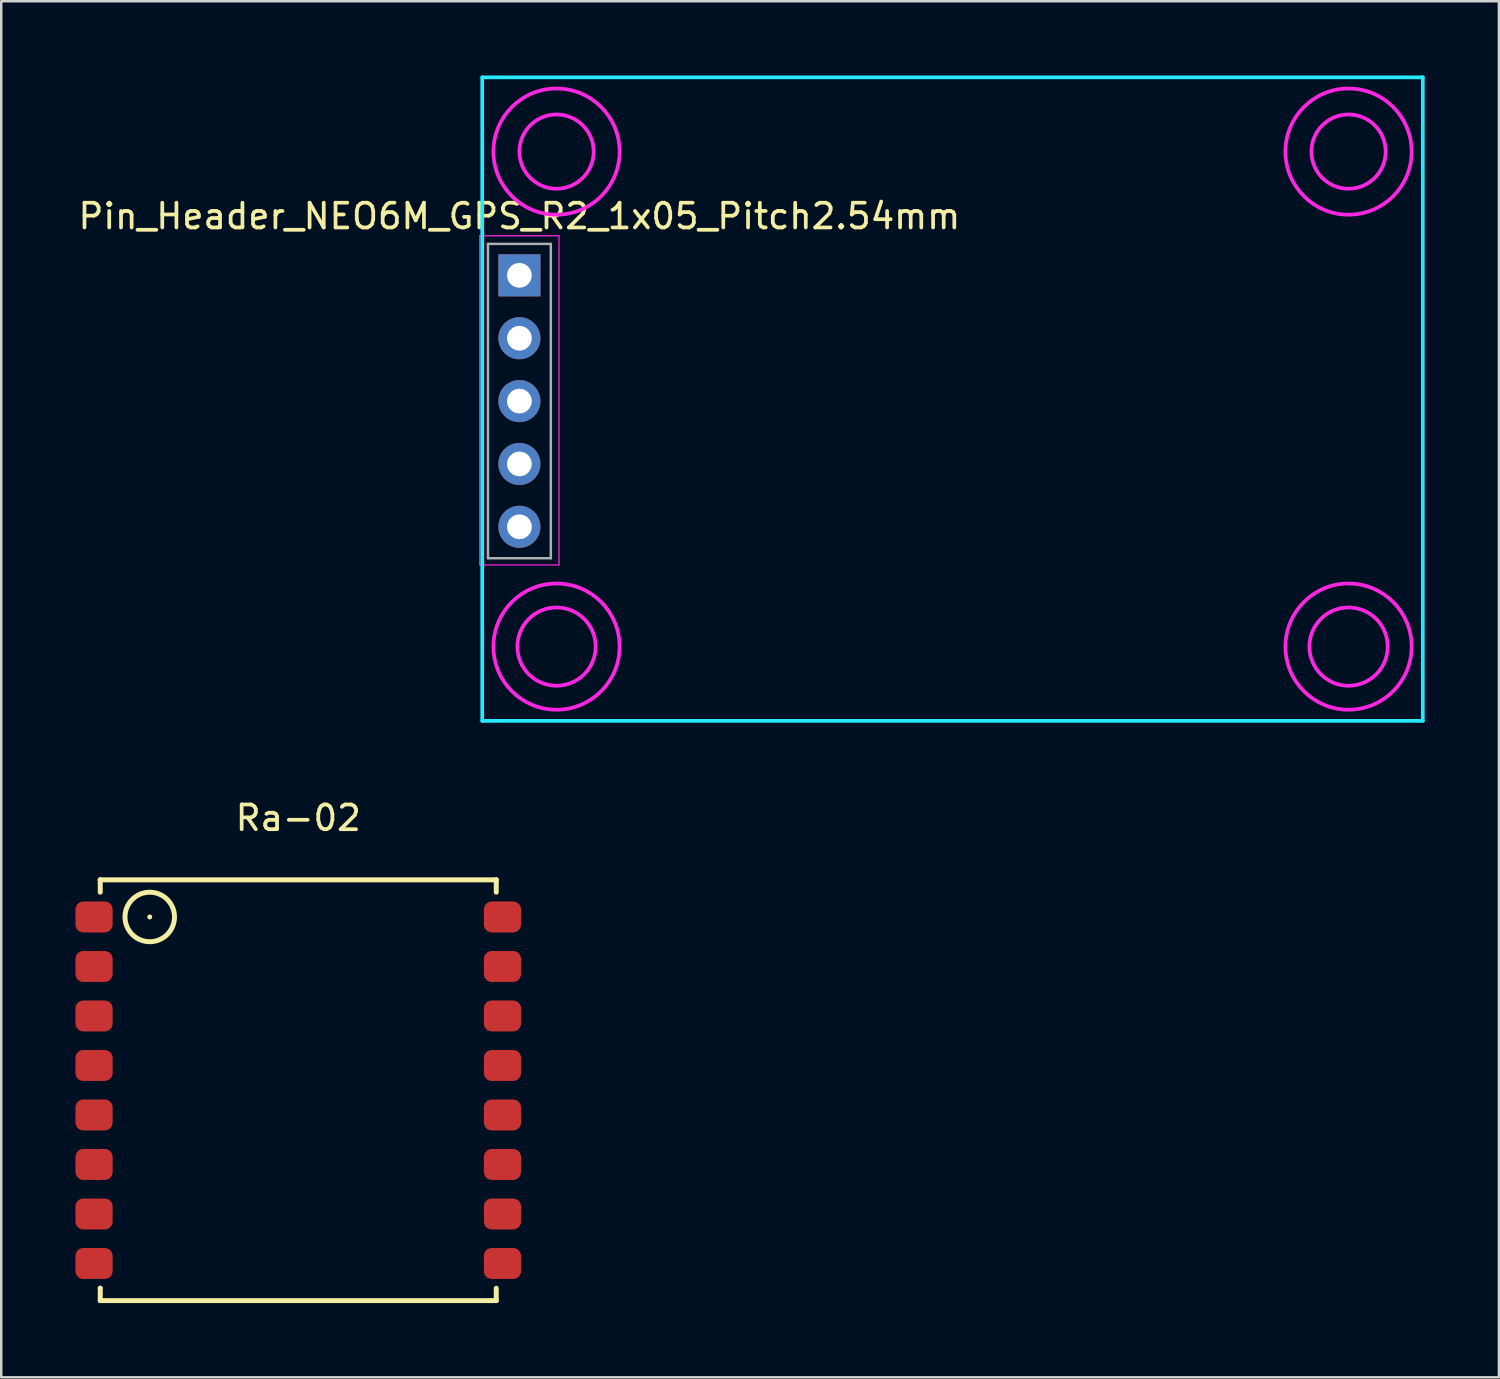
<source format=kicad_pcb>
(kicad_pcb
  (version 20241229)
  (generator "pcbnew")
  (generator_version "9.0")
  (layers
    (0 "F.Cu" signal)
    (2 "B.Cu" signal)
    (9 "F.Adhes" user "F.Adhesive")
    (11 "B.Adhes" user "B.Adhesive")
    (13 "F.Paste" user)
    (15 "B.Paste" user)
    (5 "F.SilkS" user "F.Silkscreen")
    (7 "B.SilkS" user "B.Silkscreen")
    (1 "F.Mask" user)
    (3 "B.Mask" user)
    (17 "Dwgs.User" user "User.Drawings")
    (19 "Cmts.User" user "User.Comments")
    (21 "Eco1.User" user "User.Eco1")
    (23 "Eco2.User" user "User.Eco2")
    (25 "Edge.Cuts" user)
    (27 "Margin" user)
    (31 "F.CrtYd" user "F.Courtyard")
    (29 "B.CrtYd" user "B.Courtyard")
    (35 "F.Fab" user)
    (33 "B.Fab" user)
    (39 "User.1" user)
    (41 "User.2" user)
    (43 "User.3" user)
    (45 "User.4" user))
  (footprint "Ra-02"
    (layer "F.Cu")
    (at 9 40.998)
    (property "Reference" "Ra-02" (at 0 -11 0) (layer "F.SilkS") (effects (font (size 1 1) (thickness 0.15))))
    (attr through_hole)
    (fp_line (start -8 -8.5) (end -8 -8.5) (stroke (width 0.2) (type solid)) (layer "F.SilkS"))
    (fp_line (start -8 -8.5) (end 8 -8.5) (stroke (width 0.2) (type solid)) (layer "F.SilkS"))
    (fp_line (start -8 -8) (end -8 -8.5) (stroke (width 0.2) (type solid)) (layer "F.SilkS"))
    (fp_line (start -8 8) (end -8 8) (stroke (width 0.2) (type solid)) (layer "F.SilkS"))
    (fp_line (start -8 8.5) (end -8 8) (stroke (width 0.2) (type solid)) (layer "F.SilkS"))
    (fp_line (start -6 -7) (end -6 -7) (stroke (width 0.2) (type solid)) (layer "F.SilkS"))
    (fp_line (start 8 -8.5) (end 8 -8.5) (stroke (width 0.2) (type solid)) (layer "F.SilkS"))
    (fp_line (start 8 -8) (end 8 -8.5) (stroke (width 0.2) (type solid)) (layer "F.SilkS"))
    (fp_line (start 8 8) (end 8 8.5) (stroke (width 0.2) (type solid)) (layer "F.SilkS"))
    (fp_line (start 8 8.5) (end -8 8.5) (stroke (width 0.2) (type solid)) (layer "F.SilkS"))
    (fp_line (start 8 8.5) (end 8 8.5) (stroke (width 0.2) (type solid)) (layer "F.SilkS"))
    (fp_circle (center -6 -7) (end -6 -6) (stroke (width 0.2) (type solid)) (fill no) (layer "F.SilkS"))
    (pad "1" smd roundrect (at -8.25 -7) (size 1.5 1.25) (layers "F.Cu" "F.Mask" "F.Paste") (roundrect_rratio 0.25))
    (pad "2" smd roundrect (at -8.25 -5) (size 1.5 1.25) (layers "F.Cu" "F.Mask" "F.Paste") (roundrect_rratio 0.25))
    (pad "3" smd roundrect (at -8.25 -3) (size 1.5 1.25) (layers "F.Cu" "F.Mask" "F.Paste") (roundrect_rratio 0.25))
    (pad "4" smd roundrect (at -8.25 -1) (size 1.5 1.25) (layers "F.Cu" "F.Mask" "F.Paste") (roundrect_rratio 0.25))
    (pad "5" smd roundrect (at -8.25 1) (size 1.5 1.25) (layers "F.Cu" "F.Mask" "F.Paste") (roundrect_rratio 0.25))
    (pad "6" smd roundrect (at -8.25 3) (size 1.5 1.25) (layers "F.Cu" "F.Mask" "F.Paste") (roundrect_rratio 0.25))
    (pad "7" smd roundrect (at -8.25 5) (size 1.5 1.25) (layers "F.Cu" "F.Mask" "F.Paste") (roundrect_rratio 0.25))
    (pad "8" smd roundrect (at -8.25 7) (size 1.5 1.25) (layers "F.Cu" "F.Mask" "F.Paste") (roundrect_rratio 0.25))
    (pad "9" smd roundrect (at 8.25 7) (size 1.5 1.25) (layers "F.Cu" "F.Mask" "F.Paste") (roundrect_rratio 0.25))
    (pad "10" smd roundrect (at 8.25 5) (size 1.5 1.25) (layers "F.Cu" "F.Mask" "F.Paste") (roundrect_rratio 0.25))
    (pad "11" smd roundrect (at 8.25 3) (size 1.5 1.25) (layers "F.Cu" "F.Mask" "F.Paste") (roundrect_rratio 0.25))
    (pad "12" smd roundrect (at 8.25 1) (size 1.5 1.25) (layers "F.Cu" "F.Mask" "F.Paste") (roundrect_rratio 0.25))
    (pad "13" smd roundrect (at 8.25 -1) (size 1.5 1.25) (layers "F.Cu" "F.Mask" "F.Paste") (roundrect_rratio 0.25))
    (pad "14" smd roundrect (at 8.25 -3) (size 1.5 1.25) (layers "F.Cu" "F.Mask" "F.Paste") (roundrect_rratio 0.25))
    (pad "15" smd roundrect (at 8.25 -5) (size 1.5 1.25) (layers "F.Cu" "F.Mask" "F.Paste") (roundrect_rratio 0.25))
    (pad "16" smd roundrect (at 8.25 -7) (size 1.5 1.25) (layers "F.Cu" "F.Mask" "F.Paste") (roundrect_rratio 0.25)))
  (footprint "Pin_Header_NEO6M_GPS_R2_1x05_Pitch2.54mm"
    (layer "F.Cu")
    (at 17.935 8.075)
    (property "Reference" "Pin_Header_NEO6M_GPS_R2_1x05_Pitch2.54mm" (at 0 -2.39 0) (layer "F.SilkS") (effects (font (size 1 1) (thickness 0.15))))
    (attr through_hole)
    (fp_line (start -1.5 -8) (end 36.5 -8) (stroke (width 0.15) (type solid)) (layer "B.CrtYd"))
    (fp_line (start -1.5 18) (end -1.5 -8) (stroke (width 0.15) (type solid)) (layer "B.CrtYd"))
    (fp_line (start -1.5 18) (end 36.5 18) (stroke (width 0.15) (type solid)) (layer "B.CrtYd"))
    (fp_line (start 36.5 18) (end 36.5 -8) (stroke (width 0.15) (type solid)) (layer "B.CrtYd"))
    (fp_line (start -1.6 -1.6) (end -1.6 11.7) (stroke (width 0.05) (type solid)) (layer "F.CrtYd"))
    (fp_line (start -1.6 11.7) (end 1.6 11.7) (stroke (width 0.05) (type solid)) (layer "F.CrtYd"))
    (fp_line (start 1.6 -1.6) (end -1.6 -1.6) (stroke (width 0.05) (type solid)) (layer "F.CrtYd"))
    (fp_line (start 1.6 11.7) (end 1.6 -1.6) (stroke (width 0.05) (type solid)) (layer "F.CrtYd"))
    (fp_circle (center 1.5 -5) (end 3 -5) (stroke (width 0.15) (type solid)) (fill no) (layer "F.CrtYd"))
    (fp_circle (center 1.5 -5) (end 4 -4.5) (stroke (width 0.15) (type solid)) (fill no) (layer "F.CrtYd"))
    (fp_circle (center 1.5 15) (end 3 15.5) (stroke (width 0.15) (type solid)) (fill no) (layer "F.CrtYd"))
    (fp_circle (center 1.5 15) (end 4 15.5) (stroke (width 0.15) (type solid)) (fill no) (layer "F.CrtYd"))
    (fp_circle (center 33.5 -5) (end 35 -5) (stroke (width 0.15) (type solid)) (fill no) (layer "F.CrtYd"))
    (fp_circle (center 33.5 -5) (end 36 -4.5) (stroke (width 0.15) (type solid)) (fill no) (layer "F.CrtYd"))
    (fp_circle (center 33.5 15) (end 35 15.5) (stroke (width 0.15) (type solid)) (fill no) (layer "F.CrtYd"))
    (fp_circle (center 33.5 15) (end 36 15.5) (stroke (width 0.15) (type solid)) (fill no) (layer "F.CrtYd"))
    (fp_line (start -1.27 -1.27) (end -1.27 11.43) (stroke (width 0.1) (type solid)) (layer "F.Fab"))
    (fp_line (start -1.27 11.43) (end 1.27 11.43) (stroke (width 0.1) (type solid)) (layer "F.Fab"))
    (fp_line (start 1.27 -1.27) (end -1.27 -1.27) (stroke (width 0.1) (type solid)) (layer "F.Fab"))
    (fp_line (start 1.27 11.43) (end 1.27 -1.27) (stroke (width 0.1) (type solid)) (layer "F.Fab"))
    (pad "1" thru_hole rect (at 0 0) (size 1.7 1.7) (drill 1) (layers "*.Cu" "*.Mask"))
    (pad "2" thru_hole oval (at 0 2.54) (size 1.7 1.7) (drill 1) (layers "*.Cu" "*.Mask"))
    (pad "3" thru_hole oval (at 0 5.08) (size 1.7 1.7) (drill 1) (layers "*.Cu" "*.Mask"))
    (pad "4" thru_hole oval (at 0 7.62) (size 1.7 1.7) (drill 1) (layers "*.Cu" "*.Mask"))
    (pad "5" thru_hole oval (at 0 10.16) (size 1.7 1.7) (drill 1) (layers "*.Cu" "*.Mask")))
  (gr_rect
    (start -3 -3)
    (end 57.51 52.598)
    (stroke (width 0.1) (type default))
    (fill no)
    (layer "Edge.Cuts")))
</source>
